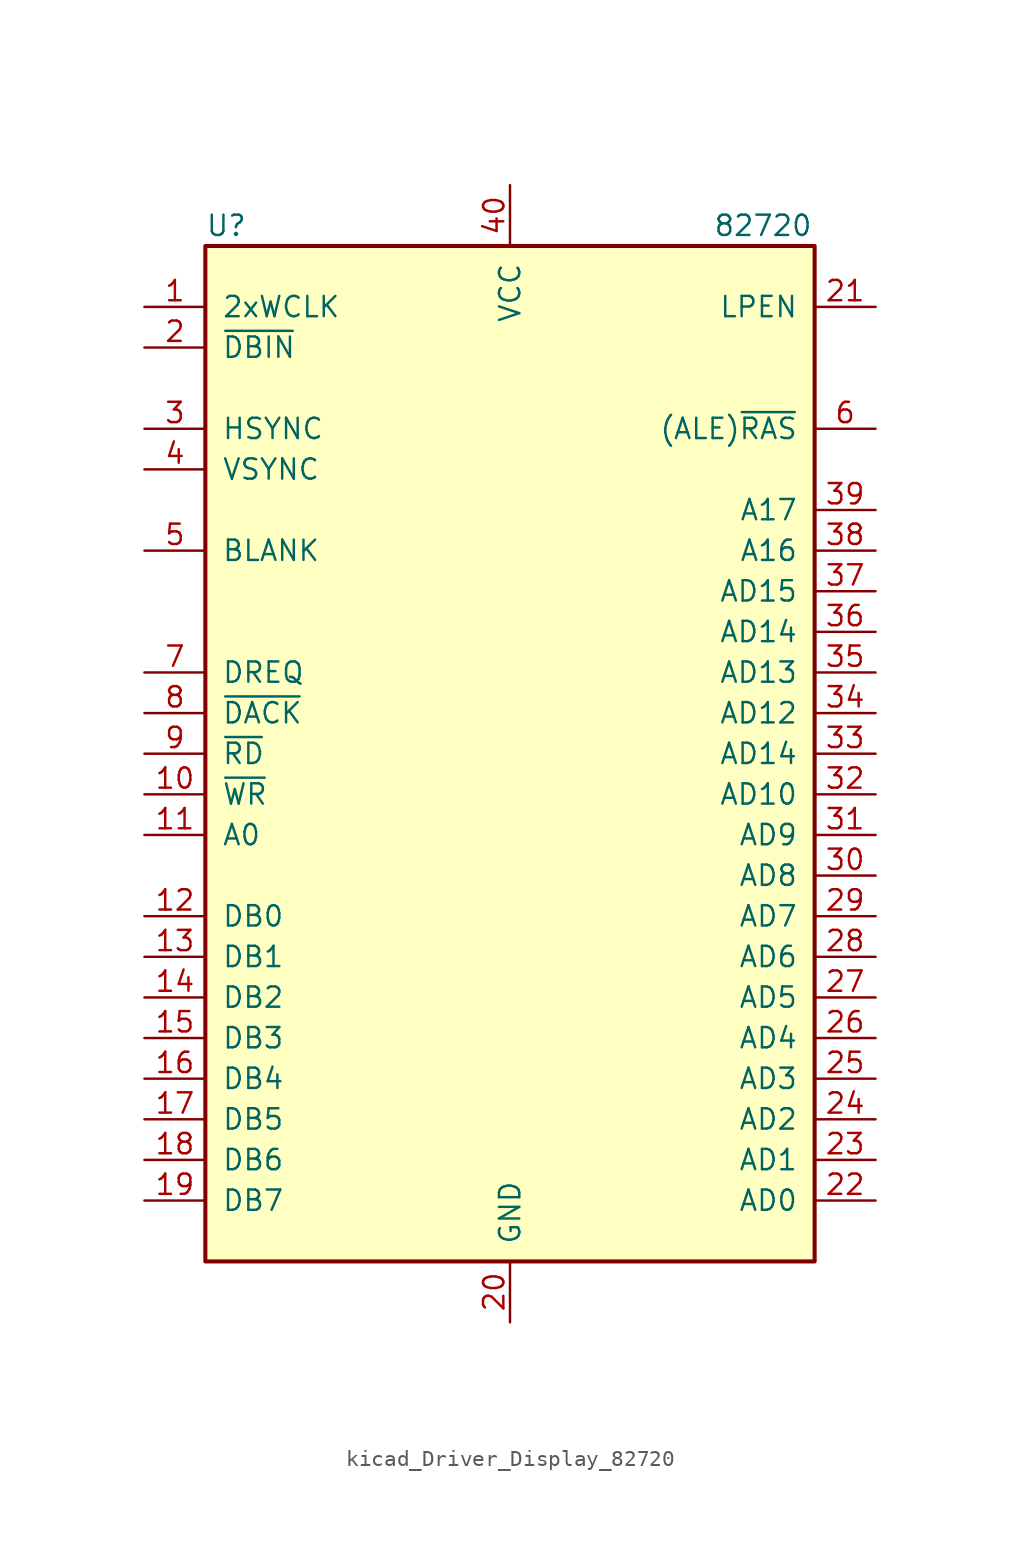
<source format=kicad_sym>
(kicad_symbol_lib
  (version 20220914)
  (generator kicad_symbol_editor)
  (symbol "kicad_Driver_Display_82720"
    (pin_names
      (offset 1.016))
    (property "Reference" "U"
      (at -19.05 33.02 0)
      (effects (font (size 1.27 1.27)) (justify left)))
    (property "Value" "82720"
      (at 12.7 33.02 0)
      (effects (font (size 1.27 1.27)) (justify left)))
    (symbol "kicad_Driver_Display_82720_0_0"
      (rectangle (start -19.05 -31.75) (end 19.05 31.75) (stroke (width 0.254) (type default)) (fill (type background))))
    (symbol "kicad_Driver_Display_82720_1_1"
      (pin input line (at -22.86 27.94 0) (length 3.81) (name "2xWCLK" (effects (font (size 1.27 1.27)))) (number "1" (effects (font (size 1.27 1.27)))))
      (pin input line (at -22.86 -2.54 0) (length 3.81) (name "~{WR}" (effects (font (size 1.27 1.27)))) (number "10" (effects (font (size 1.27 1.27)))))
      (pin input line (at -22.86 -5.08 0) (length 3.81) (name "A0" (effects (font (size 1.27 1.27)))) (number "11" (effects (font (size 1.27 1.27)))))
      (pin bidirectional line (at -22.86 -10.16 0) (length 3.81) (name "DB0" (effects (font (size 1.27 1.27)))) (number "12" (effects (font (size 1.27 1.27)))))
      (pin bidirectional line (at -22.86 -12.7 0) (length 3.81) (name "DB1" (effects (font (size 1.27 1.27)))) (number "13" (effects (font (size 1.27 1.27)))))
      (pin bidirectional line (at -22.86 -15.24 0) (length 3.81) (name "DB2" (effects (font (size 1.27 1.27)))) (number "14" (effects (font (size 1.27 1.27)))))
      (pin bidirectional line (at -22.86 -17.78 0) (length 3.81) (name "DB3" (effects (font (size 1.27 1.27)))) (number "15" (effects (font (size 1.27 1.27)))))
      (pin bidirectional line (at -22.86 -20.32 0) (length 3.81) (name "DB4" (effects (font (size 1.27 1.27)))) (number "16" (effects (font (size 1.27 1.27)))))
      (pin bidirectional line (at -22.86 -22.86 0) (length 3.81) (name "DB5" (effects (font (size 1.27 1.27)))) (number "17" (effects (font (size 1.27 1.27)))))
      (pin bidirectional line (at -22.86 -25.4 0) (length 3.81) (name "DB6" (effects (font (size 1.27 1.27)))) (number "18" (effects (font (size 1.27 1.27)))))
      (pin bidirectional line (at -22.86 -27.94 0) (length 3.81) (name "DB7" (effects (font (size 1.27 1.27)))) (number "19" (effects (font (size 1.27 1.27)))))
      (pin input line (at -22.86 25.4 0) (length 3.81) (name "~{DBIN}" (effects (font (size 1.27 1.27)))) (number "2" (effects (font (size 1.27 1.27)))))
      (pin power_in line (at 0 -35.56 90) (length 3.81) (name "GND" (effects (font (size 1.27 1.27)))) (number "20" (effects (font (size 1.27 1.27)))))
      (pin input line (at 22.86 27.94 180) (length 3.81) (name "LPEN" (effects (font (size 1.27 1.27)))) (number "21" (effects (font (size 1.27 1.27)))))
      (pin bidirectional line (at 22.86 -27.94 180) (length 3.81) (name "AD0" (effects (font (size 1.27 1.27)))) (number "22" (effects (font (size 1.27 1.27)))))
      (pin bidirectional line (at 22.86 -25.4 180) (length 3.81) (name "AD1" (effects (font (size 1.27 1.27)))) (number "23" (effects (font (size 1.27 1.27)))))
      (pin bidirectional line (at 22.86 -22.86 180) (length 3.81) (name "AD2" (effects (font (size 1.27 1.27)))) (number "24" (effects (font (size 1.27 1.27)))))
      (pin bidirectional line (at 22.86 -20.32 180) (length 3.81) (name "AD3" (effects (font (size 1.27 1.27)))) (number "25" (effects (font (size 1.27 1.27)))))
      (pin bidirectional line (at 22.86 -17.78 180) (length 3.81) (name "AD4" (effects (font (size 1.27 1.27)))) (number "26" (effects (font (size 1.27 1.27)))))
      (pin bidirectional line (at 22.86 -15.24 180) (length 3.81) (name "AD5" (effects (font (size 1.27 1.27)))) (number "27" (effects (font (size 1.27 1.27)))))
      (pin bidirectional line (at 22.86 -12.7 180) (length 3.81) (name "AD6" (effects (font (size 1.27 1.27)))) (number "28" (effects (font (size 1.27 1.27)))))
      (pin bidirectional line (at 22.86 -10.16 180) (length 3.81) (name "AD7" (effects (font (size 1.27 1.27)))) (number "29" (effects (font (size 1.27 1.27)))))
      (pin output line (at -22.86 20.32 0) (length 3.81) (name "HSYNC" (effects (font (size 1.27 1.27)))) (number "3" (effects (font (size 1.27 1.27)))))
      (pin bidirectional line (at 22.86 -7.62 180) (length 3.81) (name "AD8" (effects (font (size 1.27 1.27)))) (number "30" (effects (font (size 1.27 1.27)))))
      (pin bidirectional line (at 22.86 -5.08 180) (length 3.81) (name "AD9" (effects (font (size 1.27 1.27)))) (number "31" (effects (font (size 1.27 1.27)))))
      (pin bidirectional line (at 22.86 -2.54 180) (length 3.81) (name "AD10" (effects (font (size 1.27 1.27)))) (number "32" (effects (font (size 1.27 1.27)))))
      (pin bidirectional line (at 22.86 0 180) (length 3.81) (name "AD14" (effects (font (size 1.27 1.27)))) (number "33" (effects (font (size 1.27 1.27)))))
      (pin bidirectional line (at 22.86 2.54 180) (length 3.81) (name "AD12" (effects (font (size 1.27 1.27)))) (number "34" (effects (font (size 1.27 1.27)))))
      (pin bidirectional line (at 22.86 5.08 180) (length 3.81) (name "AD13" (effects (font (size 1.27 1.27)))) (number "35" (effects (font (size 1.27 1.27)))))
      (pin bidirectional line (at 22.86 7.62 180) (length 3.81) (name "AD14" (effects (font (size 1.27 1.27)))) (number "36" (effects (font (size 1.27 1.27)))))
      (pin bidirectional line (at 22.86 10.16 180) (length 3.81) (name "AD15" (effects (font (size 1.27 1.27)))) (number "37" (effects (font (size 1.27 1.27)))))
      (pin output line (at 22.86 12.7 180) (length 3.81) (name "A16" (effects (font (size 1.27 1.27)))) (number "38" (effects (font (size 1.27 1.27)))))
      (pin output line (at 22.86 15.24 180) (length 3.81) (name "A17" (effects (font (size 1.27 1.27)))) (number "39" (effects (font (size 1.27 1.27)))))
      (pin bidirectional line (at -22.86 17.78 0) (length 3.81) (name "VSYNC" (effects (font (size 1.27 1.27)))) (number "4" (effects (font (size 1.27 1.27)))))
      (pin power_in line (at 0 35.56 270) (length 3.81) (name "VCC" (effects (font (size 1.27 1.27)))) (number "40" (effects (font (size 1.27 1.27)))))
      (pin output line (at -22.86 12.7 0) (length 3.81) (name "BLANK" (effects (font (size 1.27 1.27)))) (number "5" (effects (font (size 1.27 1.27)))))
      (pin output line (at 22.86 20.32 180) (length 3.81) (name "(ALE)~{RAS}" (effects (font (size 1.27 1.27)))) (number "6" (effects (font (size 1.27 1.27)))))
      (pin output line (at -22.86 5.08 0) (length 3.81) (name "DREQ" (effects (font (size 1.27 1.27)))) (number "7" (effects (font (size 1.27 1.27)))))
      (pin input line (at -22.86 2.54 0) (length 3.81) (name "~{DACK}" (effects (font (size 1.27 1.27)))) (number "8" (effects (font (size 1.27 1.27)))))
      (pin input line (at -22.86 0 0) (length 3.81) (name "~{RD}" (effects (font (size 1.27 1.27)))) (number "9" (effects (font (size 1.27 1.27))))))))
</source>
